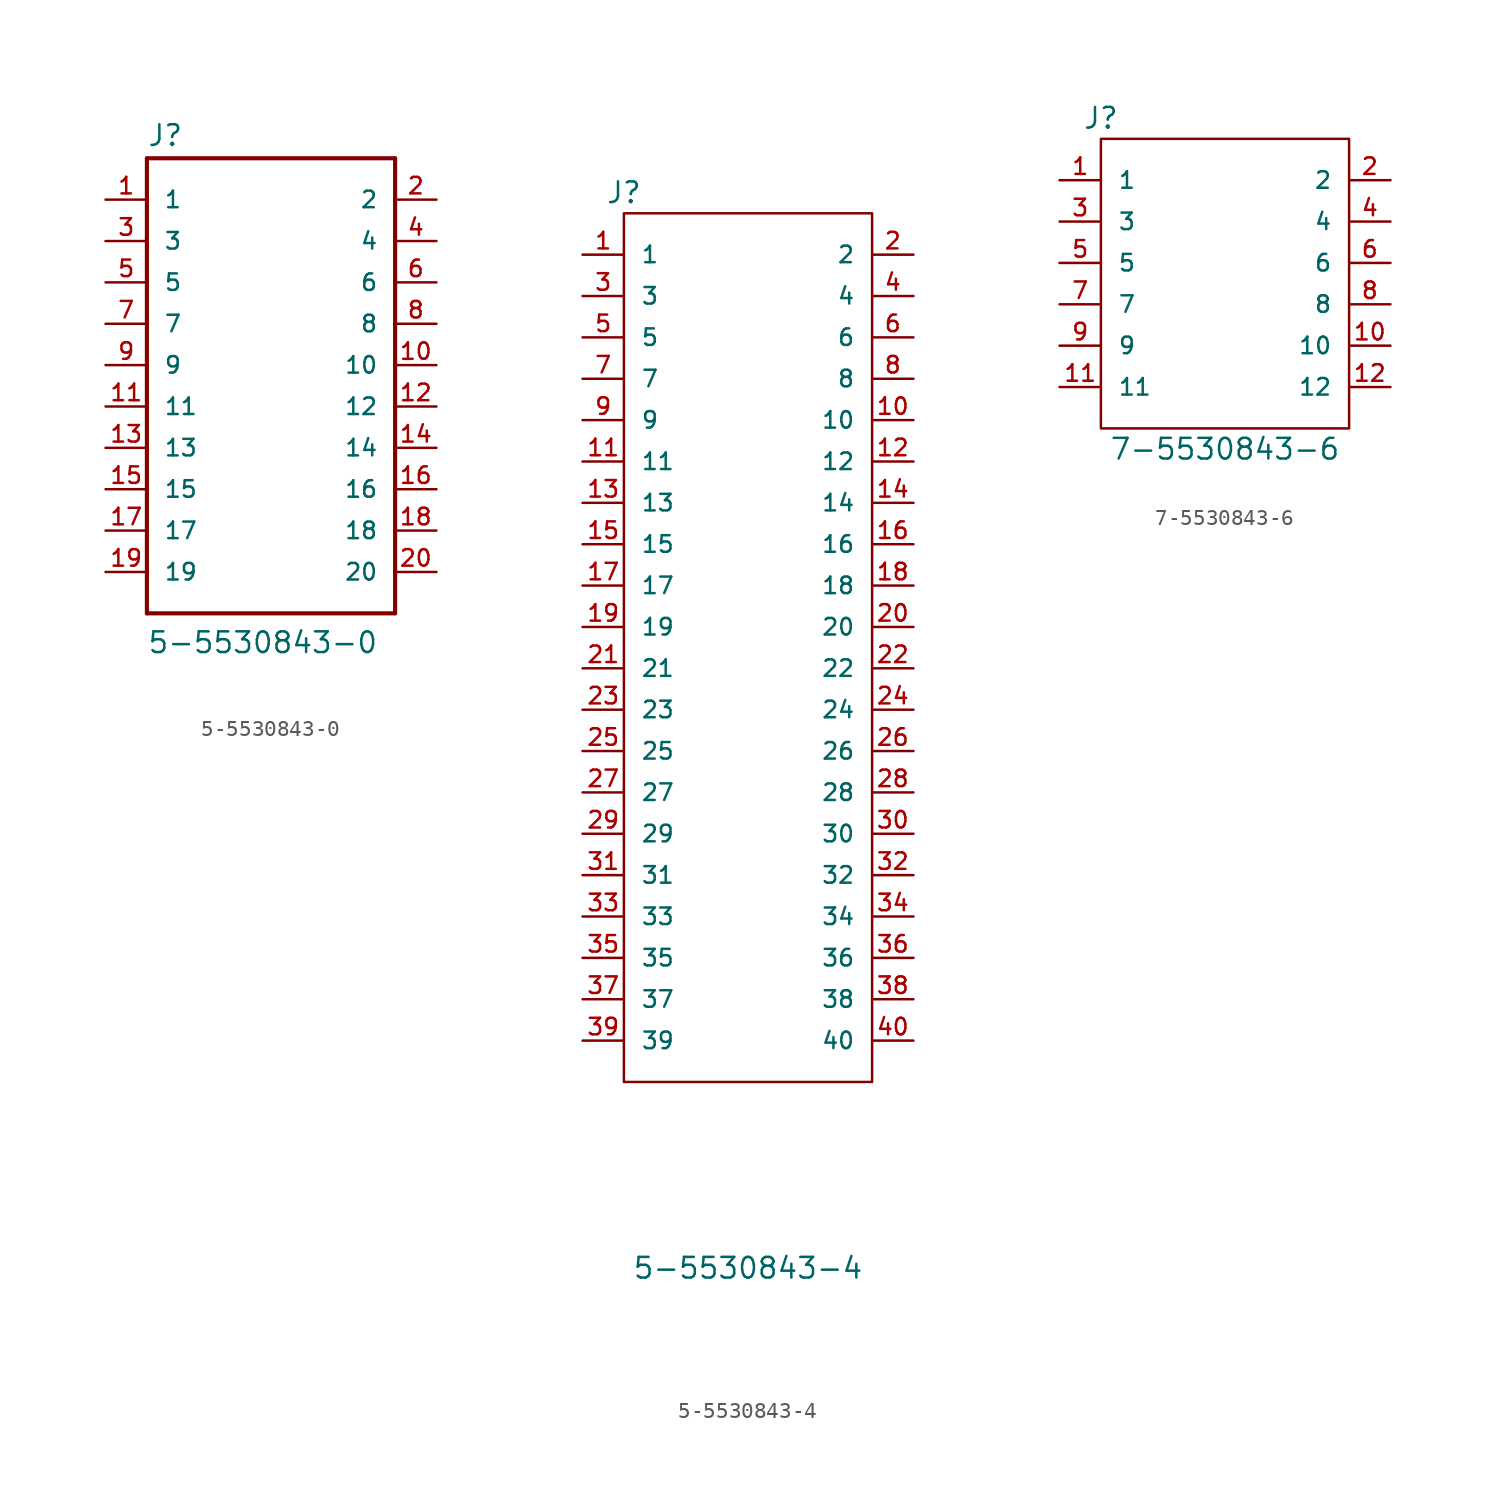
<source format=kicad_sym>
(kicad_symbol_lib
  (version 20211014)
  (generator kicad_symbol_editor)
  (symbol "5-5530843-0"
    (pin_names
      (offset 1.016))
    (property "Reference" "J"
      (at -7.62 13.36 0)
      (effects (font (size 1.27 1.27)) (justify left bottom)))
    (property "Value" "5-5530843-0"
      (at -7.62 -17.78 0)
      (effects (font (size 1.27 1.27)) (justify left bottom)))
    (property "ki_locked" ""
      (at 0 0 0)
      (effects (font (size 1.27 1.27))))
    (symbol "5-5530843-0_0_0"
      (polyline (pts (xy -7.62 -15.24) (xy -7.62 12.7)) (stroke (width 0.254) (type default) (color 0 0 0 0)) (fill (type none)))
      (polyline (pts (xy -7.62 12.7) (xy 7.62 12.7)) (stroke (width 0.254) (type default) (color 0 0 0 0)) (fill (type none)))
      (polyline (pts (xy 7.62 -15.24) (xy -7.62 -15.24)) (stroke (width 0.254) (type default) (color 0 0 0 0)) (fill (type none)))
      (polyline (pts (xy 7.62 12.7) (xy 7.62 -15.24)) (stroke (width 0.254) (type default) (color 0 0 0 0)) (fill (type none)))
      (pin passive line (at -10.16 10.16 0) (length 2.54) (name "1" (effects (font (size 1.016 1.016)))) (number "1" (effects (font (size 1.016 1.016)))))
      (pin passive line (at 10.16 0 180) (length 2.54) (name "10" (effects (font (size 1.016 1.016)))) (number "10" (effects (font (size 1.016 1.016)))))
      (pin passive line (at -10.16 -2.54 0) (length 2.54) (name "11" (effects (font (size 1.016 1.016)))) (number "11" (effects (font (size 1.016 1.016)))))
      (pin passive line (at 10.16 -2.54 180) (length 2.54) (name "12" (effects (font (size 1.016 1.016)))) (number "12" (effects (font (size 1.016 1.016)))))
      (pin passive line (at -10.16 -5.08 0) (length 2.54) (name "13" (effects (font (size 1.016 1.016)))) (number "13" (effects (font (size 1.016 1.016)))))
      (pin passive line (at 10.16 -5.08 180) (length 2.54) (name "14" (effects (font (size 1.016 1.016)))) (number "14" (effects (font (size 1.016 1.016)))))
      (pin passive line (at -10.16 -7.62 0) (length 2.54) (name "15" (effects (font (size 1.016 1.016)))) (number "15" (effects (font (size 1.016 1.016)))))
      (pin passive line (at 10.16 -7.62 180) (length 2.54) (name "16" (effects (font (size 1.016 1.016)))) (number "16" (effects (font (size 1.016 1.016)))))
      (pin passive line (at -10.16 -10.16 0) (length 2.54) (name "17" (effects (font (size 1.016 1.016)))) (number "17" (effects (font (size 1.016 1.016)))))
      (pin passive line (at 10.16 -10.16 180) (length 2.54) (name "18" (effects (font (size 1.016 1.016)))) (number "18" (effects (font (size 1.016 1.016)))))
      (pin passive line (at -10.16 -12.7 0) (length 2.54) (name "19" (effects (font (size 1.016 1.016)))) (number "19" (effects (font (size 1.016 1.016)))))
      (pin passive line (at 10.16 10.16 180) (length 2.54) (name "2" (effects (font (size 1.016 1.016)))) (number "2" (effects (font (size 1.016 1.016)))))
      (pin passive line (at 10.16 -12.7 180) (length 2.54) (name "20" (effects (font (size 1.016 1.016)))) (number "20" (effects (font (size 1.016 1.016)))))
      (pin passive line (at -10.16 7.62 0) (length 2.54) (name "3" (effects (font (size 1.016 1.016)))) (number "3" (effects (font (size 1.016 1.016)))))
      (pin passive line (at 10.16 7.62 180) (length 2.54) (name "4" (effects (font (size 1.016 1.016)))) (number "4" (effects (font (size 1.016 1.016)))))
      (pin passive line (at -10.16 5.08 0) (length 2.54) (name "5" (effects (font (size 1.016 1.016)))) (number "5" (effects (font (size 1.016 1.016)))))
      (pin passive line (at 10.16 5.08 180) (length 2.54) (name "6" (effects (font (size 1.016 1.016)))) (number "6" (effects (font (size 1.016 1.016)))))
      (pin passive line (at -10.16 2.54 0) (length 2.54) (name "7" (effects (font (size 1.016 1.016)))) (number "7" (effects (font (size 1.016 1.016)))))
      (pin passive line (at 10.16 2.54 180) (length 2.54) (name "8" (effects (font (size 1.016 1.016)))) (number "8" (effects (font (size 1.016 1.016)))))
      (pin passive line (at -10.16 0 0) (length 2.54) (name "9" (effects (font (size 1.016 1.016)))) (number "9" (effects (font (size 1.016 1.016)))))))
  (symbol "5-5530843-4"
    (pin_names
      (offset 1.016))
    (property "Reference" "J"
      (at -7.62 13.97 0)
      (effects (font (size 1.27 1.27))))
    (property "Value" "5-5530843-4"
      (at 0 -52.07 0)
      (effects (font (size 1.27 1.27))))
    (symbol "5-5530843-4_0_1"
      (rectangle (start -7.62 12.7) (end 7.62 -40.64) (stroke (width 0) (type default) (color 0 0 0 0)) (fill (type none))))
    (symbol "5-5530843-4_1_1"
      (pin passive line (at -10.16 10.16 0) (length 2.54) (name "1" (effects (font (size 1.016 1.016)))) (number "1" (effects (font (size 1.016 1.016)))))
      (pin passive line (at 10.16 0 180) (length 2.54) (name "10" (effects (font (size 1.016 1.016)))) (number "10" (effects (font (size 1.016 1.016)))))
      (pin passive line (at -10.16 -2.54 0) (length 2.54) (name "11" (effects (font (size 1.016 1.016)))) (number "11" (effects (font (size 1.016 1.016)))))
      (pin passive line (at 10.16 -2.54 180) (length 2.54) (name "12" (effects (font (size 1.016 1.016)))) (number "12" (effects (font (size 1.016 1.016)))))
      (pin passive line (at -10.16 -5.08 0) (length 2.54) (name "13" (effects (font (size 1.016 1.016)))) (number "13" (effects (font (size 1.016 1.016)))))
      (pin passive line (at 10.16 -5.08 180) (length 2.54) (name "14" (effects (font (size 1.016 1.016)))) (number "14" (effects (font (size 1.016 1.016)))))
      (pin passive line (at -10.16 -7.62 0) (length 2.54) (name "15" (effects (font (size 1.016 1.016)))) (number "15" (effects (font (size 1.016 1.016)))))
      (pin passive line (at 10.16 -7.62 180) (length 2.54) (name "16" (effects (font (size 1.016 1.016)))) (number "16" (effects (font (size 1.016 1.016)))))
      (pin passive line (at -10.16 -10.16 0) (length 2.54) (name "17" (effects (font (size 1.016 1.016)))) (number "17" (effects (font (size 1.016 1.016)))))
      (pin passive line (at 10.16 -10.16 180) (length 2.54) (name "18" (effects (font (size 1.016 1.016)))) (number "18" (effects (font (size 1.016 1.016)))))
      (pin passive line (at -10.16 -12.7 0) (length 2.54) (name "19" (effects (font (size 1.016 1.016)))) (number "19" (effects (font (size 1.016 1.016)))))
      (pin passive line (at 10.16 10.16 180) (length 2.54) (name "2" (effects (font (size 1.016 1.016)))) (number "2" (effects (font (size 1.016 1.016)))))
      (pin passive line (at 10.16 -12.7 180) (length 2.54) (name "20" (effects (font (size 1.016 1.016)))) (number "20" (effects (font (size 1.016 1.016)))))
      (pin passive line (at -10.16 -15.24 0) (length 2.54) (name "21" (effects (font (size 1.016 1.016)))) (number "21" (effects (font (size 1.016 1.016)))))
      (pin passive line (at 10.16 -15.24 180) (length 2.54) (name "22" (effects (font (size 1.016 1.016)))) (number "22" (effects (font (size 1.016 1.016)))))
      (pin passive line (at -10.16 -17.78 0) (length 2.54) (name "23" (effects (font (size 1.016 1.016)))) (number "23" (effects (font (size 1.016 1.016)))))
      (pin passive line (at 10.16 -17.78 180) (length 2.54) (name "24" (effects (font (size 1.016 1.016)))) (number "24" (effects (font (size 1.016 1.016)))))
      (pin passive line (at -10.16 -20.32 0) (length 2.54) (name "25" (effects (font (size 1.016 1.016)))) (number "25" (effects (font (size 1.016 1.016)))))
      (pin passive line (at 10.16 -20.32 180) (length 2.54) (name "26" (effects (font (size 1.016 1.016)))) (number "26" (effects (font (size 1.016 1.016)))))
      (pin passive line (at -10.16 -22.86 0) (length 2.54) (name "27" (effects (font (size 1.016 1.016)))) (number "27" (effects (font (size 1.016 1.016)))))
      (pin passive line (at 10.16 -22.86 180) (length 2.54) (name "28" (effects (font (size 1.016 1.016)))) (number "28" (effects (font (size 1.016 1.016)))))
      (pin passive line (at -10.16 -25.4 0) (length 2.54) (name "29" (effects (font (size 1.016 1.016)))) (number "29" (effects (font (size 1.016 1.016)))))
      (pin passive line (at -10.16 7.62 0) (length 2.54) (name "3" (effects (font (size 1.016 1.016)))) (number "3" (effects (font (size 1.016 1.016)))))
      (pin passive line (at 10.16 -25.4 180) (length 2.54) (name "30" (effects (font (size 1.016 1.016)))) (number "30" (effects (font (size 1.016 1.016)))))
      (pin passive line (at -10.16 -27.94 0) (length 2.54) (name "31" (effects (font (size 1.016 1.016)))) (number "31" (effects (font (size 1.016 1.016)))))
      (pin passive line (at 10.16 -27.94 180) (length 2.54) (name "32" (effects (font (size 1.016 1.016)))) (number "32" (effects (font (size 1.016 1.016)))))
      (pin passive line (at -10.16 -30.48 0) (length 2.54) (name "33" (effects (font (size 1.016 1.016)))) (number "33" (effects (font (size 1.016 1.016)))))
      (pin passive line (at 10.16 -30.48 180) (length 2.54) (name "34" (effects (font (size 1.016 1.016)))) (number "34" (effects (font (size 1.016 1.016)))))
      (pin passive line (at -10.16 -33.02 0) (length 2.54) (name "35" (effects (font (size 1.016 1.016)))) (number "35" (effects (font (size 1.016 1.016)))))
      (pin passive line (at 10.16 -33.02 180) (length 2.54) (name "36" (effects (font (size 1.016 1.016)))) (number "36" (effects (font (size 1.016 1.016)))))
      (pin passive line (at -10.16 -35.56 0) (length 2.54) (name "37" (effects (font (size 1.016 1.016)))) (number "37" (effects (font (size 1.016 1.016)))))
      (pin passive line (at 10.16 -35.56 180) (length 2.54) (name "38" (effects (font (size 1.016 1.016)))) (number "38" (effects (font (size 1.016 1.016)))))
      (pin passive line (at -10.16 -38.1 0) (length 2.54) (name "39" (effects (font (size 1.016 1.016)))) (number "39" (effects (font (size 1.016 1.016)))))
      (pin passive line (at 10.16 7.62 180) (length 2.54) (name "4" (effects (font (size 1.016 1.016)))) (number "4" (effects (font (size 1.016 1.016)))))
      (pin passive line (at 10.16 -38.1 180) (length 2.54) (name "40" (effects (font (size 1.016 1.016)))) (number "40" (effects (font (size 1.016 1.016)))))
      (pin passive line (at -10.16 5.08 0) (length 2.54) (name "5" (effects (font (size 1.016 1.016)))) (number "5" (effects (font (size 1.016 1.016)))))
      (pin passive line (at 10.16 5.08 180) (length 2.54) (name "6" (effects (font (size 1.016 1.016)))) (number "6" (effects (font (size 1.016 1.016)))))
      (pin passive line (at -10.16 2.54 0) (length 2.54) (name "7" (effects (font (size 1.016 1.016)))) (number "7" (effects (font (size 1.016 1.016)))))
      (pin passive line (at 10.16 2.54 180) (length 2.54) (name "8" (effects (font (size 1.016 1.016)))) (number "8" (effects (font (size 1.016 1.016)))))
      (pin passive line (at -10.16 0 0) (length 2.54) (name "9" (effects (font (size 1.016 1.016)))) (number "9" (effects (font (size 1.016 1.016)))))))
  (symbol "7-5530843-6"
    (pin_names
      (offset 1.016))
    (property "Reference" "J"
      (at -7.62 13.97 0)
      (effects (font (size 1.27 1.27))))
    (property "Value" "7-5530843-6"
      (at 0 -6.35 0)
      (effects (font (size 1.27 1.27))))
    (symbol "7-5530843-6_0_1"
      (rectangle (start -7.62 12.7) (end 7.62 -5.08) (stroke (width 0) (type default) (color 0 0 0 0)) (fill (type none))))
    (symbol "7-5530843-6_1_1"
      (pin passive line (at -10.16 10.16 0) (length 2.54) (name "1" (effects (font (size 1.016 1.016)))) (number "1" (effects (font (size 1.016 1.016)))))
      (pin passive line (at 10.16 0 180) (length 2.54) (name "10" (effects (font (size 1.016 1.016)))) (number "10" (effects (font (size 1.016 1.016)))))
      (pin passive line (at -10.16 -2.54 0) (length 2.54) (name "11" (effects (font (size 1.016 1.016)))) (number "11" (effects (font (size 1.016 1.016)))))
      (pin passive line (at 10.16 -2.54 180) (length 2.54) (name "12" (effects (font (size 1.016 1.016)))) (number "12" (effects (font (size 1.016 1.016)))))
      (pin passive line (at 10.16 10.16 180) (length 2.54) (name "2" (effects (font (size 1.016 1.016)))) (number "2" (effects (font (size 1.016 1.016)))))
      (pin passive line (at -10.16 7.62 0) (length 2.54) (name "3" (effects (font (size 1.016 1.016)))) (number "3" (effects (font (size 1.016 1.016)))))
      (pin passive line (at 10.16 7.62 180) (length 2.54) (name "4" (effects (font (size 1.016 1.016)))) (number "4" (effects (font (size 1.016 1.016)))))
      (pin passive line (at -10.16 5.08 0) (length 2.54) (name "5" (effects (font (size 1.016 1.016)))) (number "5" (effects (font (size 1.016 1.016)))))
      (pin passive line (at 10.16 5.08 180) (length 2.54) (name "6" (effects (font (size 1.016 1.016)))) (number "6" (effects (font (size 1.016 1.016)))))
      (pin passive line (at -10.16 2.54 0) (length 2.54) (name "7" (effects (font (size 1.016 1.016)))) (number "7" (effects (font (size 1.016 1.016)))))
      (pin passive line (at 10.16 2.54 180) (length 2.54) (name "8" (effects (font (size 1.016 1.016)))) (number "8" (effects (font (size 1.016 1.016)))))
      (pin passive line (at -10.16 0 0) (length 2.54) (name "9" (effects (font (size 1.016 1.016)))) (number "9" (effects (font (size 1.016 1.016))))))))
</source>
